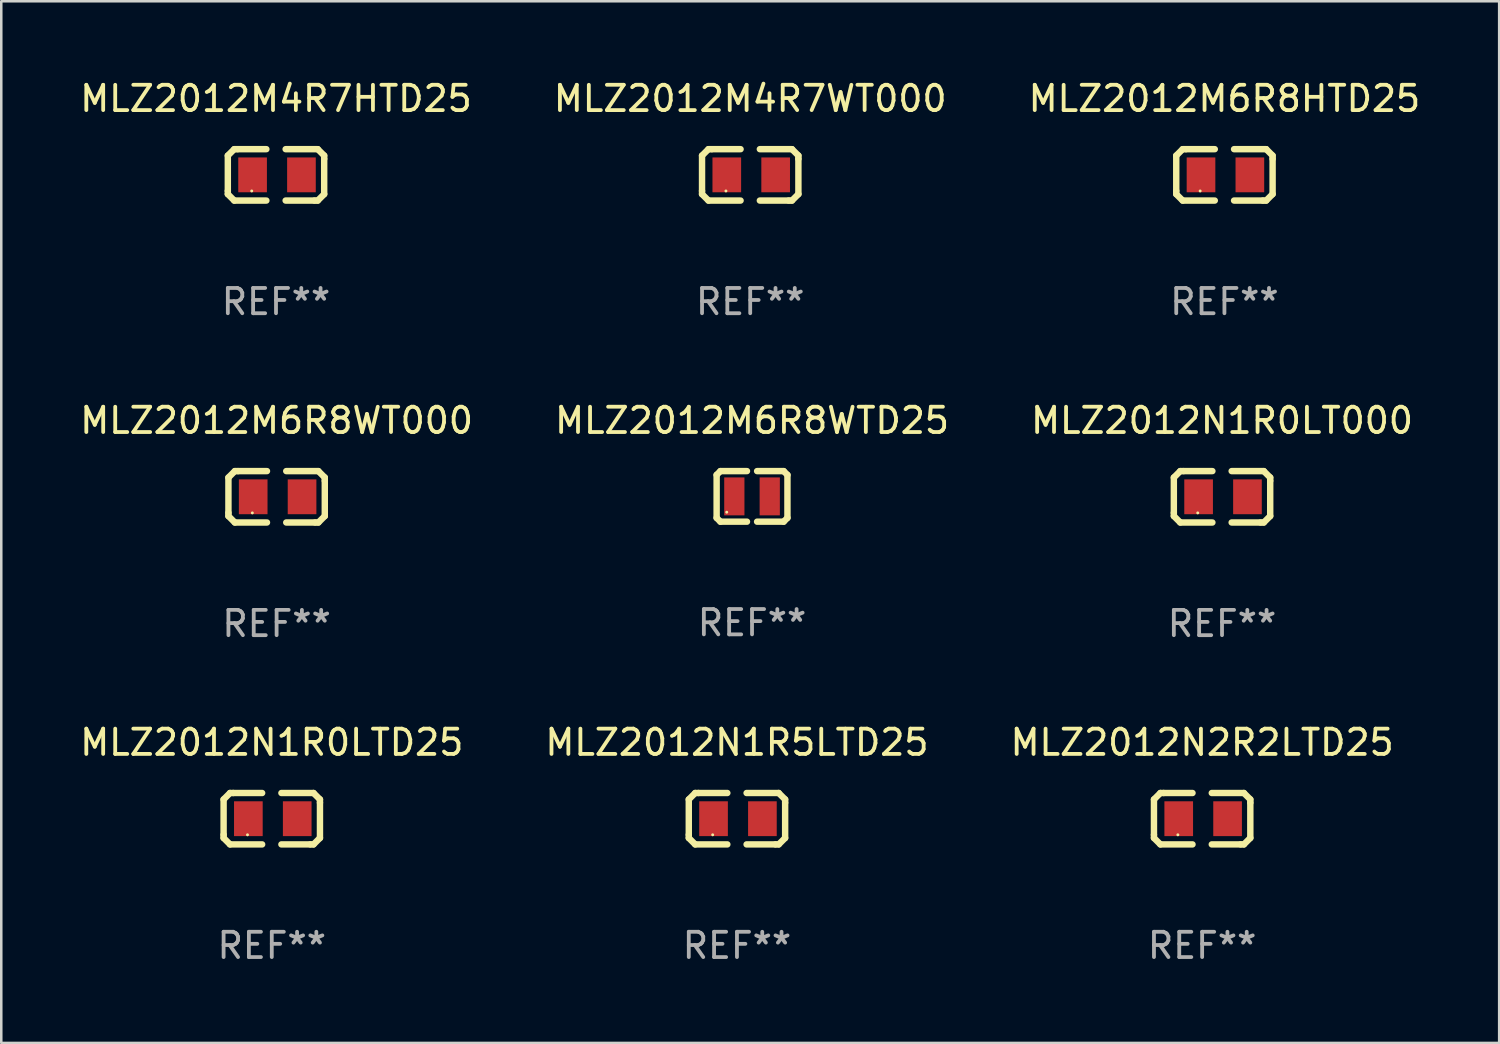
<source format=kicad_pcb>
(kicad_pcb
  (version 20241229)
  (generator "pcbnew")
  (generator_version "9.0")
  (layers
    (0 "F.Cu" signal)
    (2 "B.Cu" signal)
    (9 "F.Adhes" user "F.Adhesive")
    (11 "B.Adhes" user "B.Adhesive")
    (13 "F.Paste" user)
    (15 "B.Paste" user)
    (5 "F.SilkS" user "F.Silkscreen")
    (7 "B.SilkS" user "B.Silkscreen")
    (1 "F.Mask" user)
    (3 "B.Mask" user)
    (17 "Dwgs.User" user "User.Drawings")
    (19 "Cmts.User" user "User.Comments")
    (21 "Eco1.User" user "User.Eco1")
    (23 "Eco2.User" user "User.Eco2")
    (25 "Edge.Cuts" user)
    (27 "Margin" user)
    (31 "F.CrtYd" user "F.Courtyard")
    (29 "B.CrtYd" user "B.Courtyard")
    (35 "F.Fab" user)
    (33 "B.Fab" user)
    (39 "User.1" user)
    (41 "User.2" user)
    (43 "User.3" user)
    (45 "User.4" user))
  (footprint "MLZ2012M6R8WT000"
    (layer "F.Cu")
    (at 7.887 16.593)
    (property "Reference" "MLZ2012M6R8WT000" (at 0 -3.016 0) (layer "F.SilkS") (effects (font (size 1 1) (thickness 0.15))))
    (attr through_hole)
    (fp_line (start -1.905 -0.762) (end -1.905 0.635) (stroke (width 0.254) (type solid)) (layer "F.SilkS"))
    (fp_line (start -1.905 0.635) (end -1.905 0.762) (stroke (width 0.254) (type solid)) (layer "F.SilkS"))
    (fp_line (start -1.905 0.762) (end -1.651 1.016) (stroke (width 0.254) (type solid)) (layer "F.SilkS"))
    (fp_line (start -1.651 -1.016) (end -1.905 -0.762) (stroke (width 0.254) (type solid)) (layer "F.SilkS"))
    (fp_line (start -1.651 1.016) (end -0.381 1.016) (stroke (width 0.254) (type solid)) (layer "F.SilkS"))
    (fp_line (start -1.524 -1.016) (end -1.651 -1.016) (stroke (width 0.254) (type solid)) (layer "F.SilkS"))
    (fp_line (start -0.381 -1.016) (end -1.524 -1.016) (stroke (width 0.254) (type solid)) (layer "F.SilkS"))
    (fp_line (start 0.381 1.016) (end 1.524 1.016) (stroke (width 0.254) (type solid)) (layer "F.SilkS"))
    (fp_line (start 1.524 1.016) (end 1.651 1.016) (stroke (width 0.254) (type solid)) (layer "F.SilkS"))
    (fp_line (start 1.651 -1.016) (end 0.381 -1.016) (stroke (width 0.254) (type solid)) (layer "F.SilkS"))
    (fp_line (start 1.651 1.016) (end 1.905 0.762) (stroke (width 0.254) (type solid)) (layer "F.SilkS"))
    (fp_line (start 1.905 -0.762) (end 1.651 -1.016) (stroke (width 0.254) (type solid)) (layer "F.SilkS"))
    (fp_line (start 1.905 -0.635) (end 1.905 -0.762) (stroke (width 0.254) (type solid)) (layer "F.SilkS"))
    (fp_line (start 1.905 0.762) (end 1.905 -0.635) (stroke (width 0.254) (type solid)) (layer "F.SilkS"))
    (fp_circle (center -0.96 0.637) (end -0.93 0.637) (stroke (width 0.06) (type solid)) (fill no) (layer "F.SilkS"))
    (fp_text user "REF**" (at 0 5.016 0) (layer "F.Fab") (effects (font (size 1 1) (thickness 0.15))))
    (pad "1" smd rect (at -0.926 -0.000051) (size 1.133 1.377) (layers "F.Cu" "F.Mask" "F.Paste"))
    (pad "2" smd rect (at 1.006 -0.000051) (size 1.133 1.377) (layers "F.Cu" "F.Mask" "F.Paste")))
  (footprint "MLZ2012N2R2LTD25"
    (layer "F.Cu")
    (at 44.482 29.321)
    (property "Reference" "MLZ2012N2R2LTD25" (at 0 -3.016 0) (layer "F.SilkS") (effects (font (size 1 1) (thickness 0.15))))
    (attr through_hole)
    (fp_line (start -1.905 -0.762) (end -1.905 0.635) (stroke (width 0.254) (type solid)) (layer "F.SilkS"))
    (fp_line (start -1.905 0.635) (end -1.905 0.762) (stroke (width 0.254) (type solid)) (layer "F.SilkS"))
    (fp_line (start -1.905 0.762) (end -1.651 1.016) (stroke (width 0.254) (type solid)) (layer "F.SilkS"))
    (fp_line (start -1.651 -1.016) (end -1.905 -0.762) (stroke (width 0.254) (type solid)) (layer "F.SilkS"))
    (fp_line (start -1.651 1.016) (end -0.381 1.016) (stroke (width 0.254) (type solid)) (layer "F.SilkS"))
    (fp_line (start -1.524 -1.016) (end -1.651 -1.016) (stroke (width 0.254) (type solid)) (layer "F.SilkS"))
    (fp_line (start -0.381 -1.016) (end -1.524 -1.016) (stroke (width 0.254) (type solid)) (layer "F.SilkS"))
    (fp_line (start 0.381 1.016) (end 1.524 1.016) (stroke (width 0.254) (type solid)) (layer "F.SilkS"))
    (fp_line (start 1.524 1.016) (end 1.651 1.016) (stroke (width 0.254) (type solid)) (layer "F.SilkS"))
    (fp_line (start 1.651 -1.016) (end 0.381 -1.016) (stroke (width 0.254) (type solid)) (layer "F.SilkS"))
    (fp_line (start 1.651 1.016) (end 1.905 0.762) (stroke (width 0.254) (type solid)) (layer "F.SilkS"))
    (fp_line (start 1.905 -0.762) (end 1.651 -1.016) (stroke (width 0.254) (type solid)) (layer "F.SilkS"))
    (fp_line (start 1.905 -0.635) (end 1.905 -0.762) (stroke (width 0.254) (type solid)) (layer "F.SilkS"))
    (fp_line (start 1.905 0.762) (end 1.905 -0.635) (stroke (width 0.254) (type solid)) (layer "F.SilkS"))
    (fp_circle (center -0.96 0.637) (end -0.93 0.637) (stroke (width 0.06) (type solid)) (fill no) (layer "F.SilkS"))
    (fp_text user "REF**" (at 0 5.016 0) (layer "F.Fab") (effects (font (size 1 1) (thickness 0.15))))
    (pad "1" smd rect (at -0.926 -0.000051) (size 1.133 1.377) (layers "F.Cu" "F.Mask" "F.Paste"))
    (pad "2" smd rect (at 1.006 -0.000051) (size 1.133 1.377) (layers "F.Cu" "F.Mask" "F.Paste")))
  (footprint "MLZ2012M4R7HTD25"
    (layer "F.Cu")
    (at 7.863 3.864)
    (property "Reference" "MLZ2012M4R7HTD25" (at 0 -3.016 0) (layer "F.SilkS") (effects (font (size 1 1) (thickness 0.15))))
    (attr through_hole)
    (fp_line (start -1.905 -0.762) (end -1.905 0.635) (stroke (width 0.254) (type solid)) (layer "F.SilkS"))
    (fp_line (start -1.905 0.635) (end -1.905 0.762) (stroke (width 0.254) (type solid)) (layer "F.SilkS"))
    (fp_line (start -1.905 0.762) (end -1.651 1.016) (stroke (width 0.254) (type solid)) (layer "F.SilkS"))
    (fp_line (start -1.651 -1.016) (end -1.905 -0.762) (stroke (width 0.254) (type solid)) (layer "F.SilkS"))
    (fp_line (start -1.651 1.016) (end -0.381 1.016) (stroke (width 0.254) (type solid)) (layer "F.SilkS"))
    (fp_line (start -1.524 -1.016) (end -1.651 -1.016) (stroke (width 0.254) (type solid)) (layer "F.SilkS"))
    (fp_line (start -0.381 -1.016) (end -1.524 -1.016) (stroke (width 0.254) (type solid)) (layer "F.SilkS"))
    (fp_line (start 0.381 1.016) (end 1.524 1.016) (stroke (width 0.254) (type solid)) (layer "F.SilkS"))
    (fp_line (start 1.524 1.016) (end 1.651 1.016) (stroke (width 0.254) (type solid)) (layer "F.SilkS"))
    (fp_line (start 1.651 -1.016) (end 0.381 -1.016) (stroke (width 0.254) (type solid)) (layer "F.SilkS"))
    (fp_line (start 1.651 1.016) (end 1.905 0.762) (stroke (width 0.254) (type solid)) (layer "F.SilkS"))
    (fp_line (start 1.905 -0.762) (end 1.651 -1.016) (stroke (width 0.254) (type solid)) (layer "F.SilkS"))
    (fp_line (start 1.905 -0.635) (end 1.905 -0.762) (stroke (width 0.254) (type solid)) (layer "F.SilkS"))
    (fp_line (start 1.905 0.762) (end 1.905 -0.635) (stroke (width 0.254) (type solid)) (layer "F.SilkS"))
    (fp_circle (center -0.96 0.637) (end -0.93 0.637) (stroke (width 0.06) (type solid)) (fill no) (layer "F.SilkS"))
    (fp_text user "REF**" (at 0 5.016 0) (layer "F.Fab") (effects (font (size 1 1) (thickness 0.15))))
    (pad "1" smd rect (at -0.926 -0.000051) (size 1.133 1.377) (layers "F.Cu" "F.Mask" "F.Paste"))
    (pad "2" smd rect (at 1.006 -0.000051) (size 1.133 1.377) (layers "F.Cu" "F.Mask" "F.Paste")))
  (footprint "MLZ2012N1R0LT000"
    (layer "F.Cu")
    (at 45.268 16.593)
    (property "Reference" "MLZ2012N1R0LT000" (at 0 -3.016 0) (layer "F.SilkS") (effects (font (size 1 1) (thickness 0.15))))
    (attr through_hole)
    (fp_line (start -1.905 -0.762) (end -1.905 0.635) (stroke (width 0.254) (type solid)) (layer "F.SilkS"))
    (fp_line (start -1.905 0.635) (end -1.905 0.762) (stroke (width 0.254) (type solid)) (layer "F.SilkS"))
    (fp_line (start -1.905 0.762) (end -1.651 1.016) (stroke (width 0.254) (type solid)) (layer "F.SilkS"))
    (fp_line (start -1.651 -1.016) (end -1.905 -0.762) (stroke (width 0.254) (type solid)) (layer "F.SilkS"))
    (fp_line (start -1.651 1.016) (end -0.381 1.016) (stroke (width 0.254) (type solid)) (layer "F.SilkS"))
    (fp_line (start -1.524 -1.016) (end -1.651 -1.016) (stroke (width 0.254) (type solid)) (layer "F.SilkS"))
    (fp_line (start -0.381 -1.016) (end -1.524 -1.016) (stroke (width 0.254) (type solid)) (layer "F.SilkS"))
    (fp_line (start 0.381 1.016) (end 1.524 1.016) (stroke (width 0.254) (type solid)) (layer "F.SilkS"))
    (fp_line (start 1.524 1.016) (end 1.651 1.016) (stroke (width 0.254) (type solid)) (layer "F.SilkS"))
    (fp_line (start 1.651 -1.016) (end 0.381 -1.016) (stroke (width 0.254) (type solid)) (layer "F.SilkS"))
    (fp_line (start 1.651 1.016) (end 1.905 0.762) (stroke (width 0.254) (type solid)) (layer "F.SilkS"))
    (fp_line (start 1.905 -0.762) (end 1.651 -1.016) (stroke (width 0.254) (type solid)) (layer "F.SilkS"))
    (fp_line (start 1.905 -0.635) (end 1.905 -0.762) (stroke (width 0.254) (type solid)) (layer "F.SilkS"))
    (fp_line (start 1.905 0.762) (end 1.905 -0.635) (stroke (width 0.254) (type solid)) (layer "F.SilkS"))
    (fp_circle (center -0.96 0.637) (end -0.93 0.637) (stroke (width 0.06) (type solid)) (fill no) (layer "F.SilkS"))
    (fp_text user "REF**" (at 0 5.016 0) (layer "F.Fab") (effects (font (size 1 1) (thickness 0.15))))
    (pad "1" smd rect (at -0.926 -0.000051) (size 1.133 1.377) (layers "F.Cu" "F.Mask" "F.Paste"))
    (pad "2" smd rect (at 1.006 -0.000051) (size 1.133 1.377) (layers "F.Cu" "F.Mask" "F.Paste")))
  (footprint "MLZ2012M6R8WTD25"
    (layer "F.Cu")
    (at 26.685 16.577)
    (property "Reference" "MLZ2012M6R8WTD25" (at 0 -3 0) (layer "F.SilkS") (effects (font (size 1 1) (thickness 0.15))))
    (attr through_hole)
    (fp_line (start -1.4 -0.85) (end -1.4 0.85) (stroke (width 0.254) (type solid)) (layer "F.SilkS"))
    (fp_line (start -1.4 0.85) (end -1.25 1) (stroke (width 0.254) (type solid)) (layer "F.SilkS"))
    (fp_line (start -1.25 -1) (end -1.4 -0.85) (stroke (width 0.254) (type solid)) (layer "F.SilkS"))
    (fp_line (start -1.25 1) (end -0.2 1) (stroke (width 0.254) (type solid)) (layer "F.SilkS"))
    (fp_line (start -0.2 -1) (end -1.25 -1) (stroke (width 0.254) (type solid)) (layer "F.SilkS"))
    (fp_line (start 0.2 1) (end 1.25 1) (stroke (width 0.254) (type solid)) (layer "F.SilkS"))
    (fp_line (start 1.25 -1) (end 0.2 -1) (stroke (width 0.254) (type solid)) (layer "F.SilkS"))
    (fp_line (start 1.25 1) (end 1.4 0.85) (stroke (width 0.254) (type solid)) (layer "F.SilkS"))
    (fp_line (start 1.4 -0.85) (end 1.25 -1) (stroke (width 0.254) (type solid)) (layer "F.SilkS"))
    (fp_line (start 1.4 0.85) (end 1.4 -0.85) (stroke (width 0.254) (type solid)) (layer "F.SilkS"))
    (fp_circle (center -1 0.625) (end -0.97 0.625) (stroke (width 0.06) (type solid)) (fill no) (layer "F.SilkS"))
    (fp_text user "REF**" (at 0 5 0) (layer "F.Fab") (effects (font (size 1 1) (thickness 0.15))))
    (pad "1" smd rect (at -0.7 -0.000114 180) (size 0.8 1.5) (layers "F.Cu" "F.Mask" "F.Paste"))
    (pad "2" smd rect (at 0.7 -0.000114 180) (size 0.8 1.5) (layers "F.Cu" "F.Mask" "F.Paste")))
  (footprint "MLZ2012N1R5LTD25"
    (layer "F.Cu")
    (at 26.089 29.321)
    (property "Reference" "MLZ2012N1R5LTD25" (at 0 -3.016 0) (layer "F.SilkS") (effects (font (size 1 1) (thickness 0.15))))
    (attr through_hole)
    (fp_line (start -1.905 -0.762) (end -1.905 0.635) (stroke (width 0.254) (type solid)) (layer "F.SilkS"))
    (fp_line (start -1.905 0.635) (end -1.905 0.762) (stroke (width 0.254) (type solid)) (layer "F.SilkS"))
    (fp_line (start -1.905 0.762) (end -1.651 1.016) (stroke (width 0.254) (type solid)) (layer "F.SilkS"))
    (fp_line (start -1.651 -1.016) (end -1.905 -0.762) (stroke (width 0.254) (type solid)) (layer "F.SilkS"))
    (fp_line (start -1.651 1.016) (end -0.381 1.016) (stroke (width 0.254) (type solid)) (layer "F.SilkS"))
    (fp_line (start -1.524 -1.016) (end -1.651 -1.016) (stroke (width 0.254) (type solid)) (layer "F.SilkS"))
    (fp_line (start -0.381 -1.016) (end -1.524 -1.016) (stroke (width 0.254) (type solid)) (layer "F.SilkS"))
    (fp_line (start 0.381 1.016) (end 1.524 1.016) (stroke (width 0.254) (type solid)) (layer "F.SilkS"))
    (fp_line (start 1.524 1.016) (end 1.651 1.016) (stroke (width 0.254) (type solid)) (layer "F.SilkS"))
    (fp_line (start 1.651 -1.016) (end 0.381 -1.016) (stroke (width 0.254) (type solid)) (layer "F.SilkS"))
    (fp_line (start 1.651 1.016) (end 1.905 0.762) (stroke (width 0.254) (type solid)) (layer "F.SilkS"))
    (fp_line (start 1.905 -0.762) (end 1.651 -1.016) (stroke (width 0.254) (type solid)) (layer "F.SilkS"))
    (fp_line (start 1.905 -0.635) (end 1.905 -0.762) (stroke (width 0.254) (type solid)) (layer "F.SilkS"))
    (fp_line (start 1.905 0.762) (end 1.905 -0.635) (stroke (width 0.254) (type solid)) (layer "F.SilkS"))
    (fp_circle (center -0.96 0.637) (end -0.93 0.637) (stroke (width 0.06) (type solid)) (fill no) (layer "F.SilkS"))
    (fp_text user "REF**" (at 0 5.016 0) (layer "F.Fab") (effects (font (size 1 1) (thickness 0.15))))
    (pad "1" smd rect (at -0.926 -0.000051) (size 1.133 1.377) (layers "F.Cu" "F.Mask" "F.Paste"))
    (pad "2" smd rect (at 1.006 -0.000051) (size 1.133 1.377) (layers "F.Cu" "F.Mask" "F.Paste")))
  (footprint "MLZ2012M4R7WT000"
    (layer "F.Cu")
    (at 26.613 3.864)
    (property "Reference" "MLZ2012M4R7WT000" (at 0 -3.016 0) (layer "F.SilkS") (effects (font (size 1 1) (thickness 0.15))))
    (attr through_hole)
    (fp_line (start -1.905 -0.762) (end -1.905 0.635) (stroke (width 0.254) (type solid)) (layer "F.SilkS"))
    (fp_line (start -1.905 0.635) (end -1.905 0.762) (stroke (width 0.254) (type solid)) (layer "F.SilkS"))
    (fp_line (start -1.905 0.762) (end -1.651 1.016) (stroke (width 0.254) (type solid)) (layer "F.SilkS"))
    (fp_line (start -1.651 -1.016) (end -1.905 -0.762) (stroke (width 0.254) (type solid)) (layer "F.SilkS"))
    (fp_line (start -1.651 1.016) (end -0.381 1.016) (stroke (width 0.254) (type solid)) (layer "F.SilkS"))
    (fp_line (start -1.524 -1.016) (end -1.651 -1.016) (stroke (width 0.254) (type solid)) (layer "F.SilkS"))
    (fp_line (start -0.381 -1.016) (end -1.524 -1.016) (stroke (width 0.254) (type solid)) (layer "F.SilkS"))
    (fp_line (start 0.381 1.016) (end 1.524 1.016) (stroke (width 0.254) (type solid)) (layer "F.SilkS"))
    (fp_line (start 1.524 1.016) (end 1.651 1.016) (stroke (width 0.254) (type solid)) (layer "F.SilkS"))
    (fp_line (start 1.651 -1.016) (end 0.381 -1.016) (stroke (width 0.254) (type solid)) (layer "F.SilkS"))
    (fp_line (start 1.651 1.016) (end 1.905 0.762) (stroke (width 0.254) (type solid)) (layer "F.SilkS"))
    (fp_line (start 1.905 -0.762) (end 1.651 -1.016) (stroke (width 0.254) (type solid)) (layer "F.SilkS"))
    (fp_line (start 1.905 -0.635) (end 1.905 -0.762) (stroke (width 0.254) (type solid)) (layer "F.SilkS"))
    (fp_line (start 1.905 0.762) (end 1.905 -0.635) (stroke (width 0.254) (type solid)) (layer "F.SilkS"))
    (fp_circle (center -0.96 0.637) (end -0.93 0.637) (stroke (width 0.06) (type solid)) (fill no) (layer "F.SilkS"))
    (fp_text user "REF**" (at 0 5.016 0) (layer "F.Fab") (effects (font (size 1 1) (thickness 0.15))))
    (pad "1" smd rect (at -0.926 -0.000051) (size 1.133 1.377) (layers "F.Cu" "F.Mask" "F.Paste"))
    (pad "2" smd rect (at 1.006 -0.000051) (size 1.133 1.377) (layers "F.Cu" "F.Mask" "F.Paste")))
  (footprint "MLZ2012M6R8HTD25"
    (layer "F.Cu")
    (at 45.363 3.864)
    (property "Reference" "MLZ2012M6R8HTD25" (at 0 -3.016 0) (layer "F.SilkS") (effects (font (size 1 1) (thickness 0.15))))
    (attr through_hole)
    (fp_line (start -1.905 -0.762) (end -1.905 0.635) (stroke (width 0.254) (type solid)) (layer "F.SilkS"))
    (fp_line (start -1.905 0.635) (end -1.905 0.762) (stroke (width 0.254) (type solid)) (layer "F.SilkS"))
    (fp_line (start -1.905 0.762) (end -1.651 1.016) (stroke (width 0.254) (type solid)) (layer "F.SilkS"))
    (fp_line (start -1.651 -1.016) (end -1.905 -0.762) (stroke (width 0.254) (type solid)) (layer "F.SilkS"))
    (fp_line (start -1.651 1.016) (end -0.381 1.016) (stroke (width 0.254) (type solid)) (layer "F.SilkS"))
    (fp_line (start -1.524 -1.016) (end -1.651 -1.016) (stroke (width 0.254) (type solid)) (layer "F.SilkS"))
    (fp_line (start -0.381 -1.016) (end -1.524 -1.016) (stroke (width 0.254) (type solid)) (layer "F.SilkS"))
    (fp_line (start 0.381 1.016) (end 1.524 1.016) (stroke (width 0.254) (type solid)) (layer "F.SilkS"))
    (fp_line (start 1.524 1.016) (end 1.651 1.016) (stroke (width 0.254) (type solid)) (layer "F.SilkS"))
    (fp_line (start 1.651 -1.016) (end 0.381 -1.016) (stroke (width 0.254) (type solid)) (layer "F.SilkS"))
    (fp_line (start 1.651 1.016) (end 1.905 0.762) (stroke (width 0.254) (type solid)) (layer "F.SilkS"))
    (fp_line (start 1.905 -0.762) (end 1.651 -1.016) (stroke (width 0.254) (type solid)) (layer "F.SilkS"))
    (fp_line (start 1.905 -0.635) (end 1.905 -0.762) (stroke (width 0.254) (type solid)) (layer "F.SilkS"))
    (fp_line (start 1.905 0.762) (end 1.905 -0.635) (stroke (width 0.254) (type solid)) (layer "F.SilkS"))
    (fp_circle (center -0.96 0.637) (end -0.93 0.637) (stroke (width 0.06) (type solid)) (fill no) (layer "F.SilkS"))
    (fp_text user "REF**" (at 0 5.016 0) (layer "F.Fab") (effects (font (size 1 1) (thickness 0.15))))
    (pad "1" smd rect (at -0.926 -0.000051) (size 1.133 1.377) (layers "F.Cu" "F.Mask" "F.Paste"))
    (pad "2" smd rect (at 1.006 -0.000051) (size 1.133 1.377) (layers "F.Cu" "F.Mask" "F.Paste")))
  (footprint "MLZ2012N1R0LTD25"
    (layer "F.Cu")
    (at 7.696 29.321)
    (property "Reference" "MLZ2012N1R0LTD25" (at 0 -3.016 0) (layer "F.SilkS") (effects (font (size 1 1) (thickness 0.15))))
    (attr through_hole)
    (fp_line (start -1.905 -0.762) (end -1.905 0.635) (stroke (width 0.254) (type solid)) (layer "F.SilkS"))
    (fp_line (start -1.905 0.635) (end -1.905 0.762) (stroke (width 0.254) (type solid)) (layer "F.SilkS"))
    (fp_line (start -1.905 0.762) (end -1.651 1.016) (stroke (width 0.254) (type solid)) (layer "F.SilkS"))
    (fp_line (start -1.651 -1.016) (end -1.905 -0.762) (stroke (width 0.254) (type solid)) (layer "F.SilkS"))
    (fp_line (start -1.651 1.016) (end -0.381 1.016) (stroke (width 0.254) (type solid)) (layer "F.SilkS"))
    (fp_line (start -1.524 -1.016) (end -1.651 -1.016) (stroke (width 0.254) (type solid)) (layer "F.SilkS"))
    (fp_line (start -0.381 -1.016) (end -1.524 -1.016) (stroke (width 0.254) (type solid)) (layer "F.SilkS"))
    (fp_line (start 0.381 1.016) (end 1.524 1.016) (stroke (width 0.254) (type solid)) (layer "F.SilkS"))
    (fp_line (start 1.524 1.016) (end 1.651 1.016) (stroke (width 0.254) (type solid)) (layer "F.SilkS"))
    (fp_line (start 1.651 -1.016) (end 0.381 -1.016) (stroke (width 0.254) (type solid)) (layer "F.SilkS"))
    (fp_line (start 1.651 1.016) (end 1.905 0.762) (stroke (width 0.254) (type solid)) (layer "F.SilkS"))
    (fp_line (start 1.905 -0.762) (end 1.651 -1.016) (stroke (width 0.254) (type solid)) (layer "F.SilkS"))
    (fp_line (start 1.905 -0.635) (end 1.905 -0.762) (stroke (width 0.254) (type solid)) (layer "F.SilkS"))
    (fp_line (start 1.905 0.762) (end 1.905 -0.635) (stroke (width 0.254) (type solid)) (layer "F.SilkS"))
    (fp_circle (center -0.96 0.637) (end -0.93 0.637) (stroke (width 0.06) (type solid)) (fill no) (layer "F.SilkS"))
    (fp_text user "REF**" (at 0 5.016 0) (layer "F.Fab") (effects (font (size 1 1) (thickness 0.15))))
    (pad "1" smd rect (at -0.926 -0.000051) (size 1.133 1.377) (layers "F.Cu" "F.Mask" "F.Paste"))
    (pad "2" smd rect (at 1.006 -0.000051) (size 1.133 1.377) (layers "F.Cu" "F.Mask" "F.Paste")))
  (gr_rect
    (start -3 -3)
    (end 56.226 38.186)
    (stroke (width 0.1) (type default))
    (fill no)
    (layer "Edge.Cuts")))
</source>
